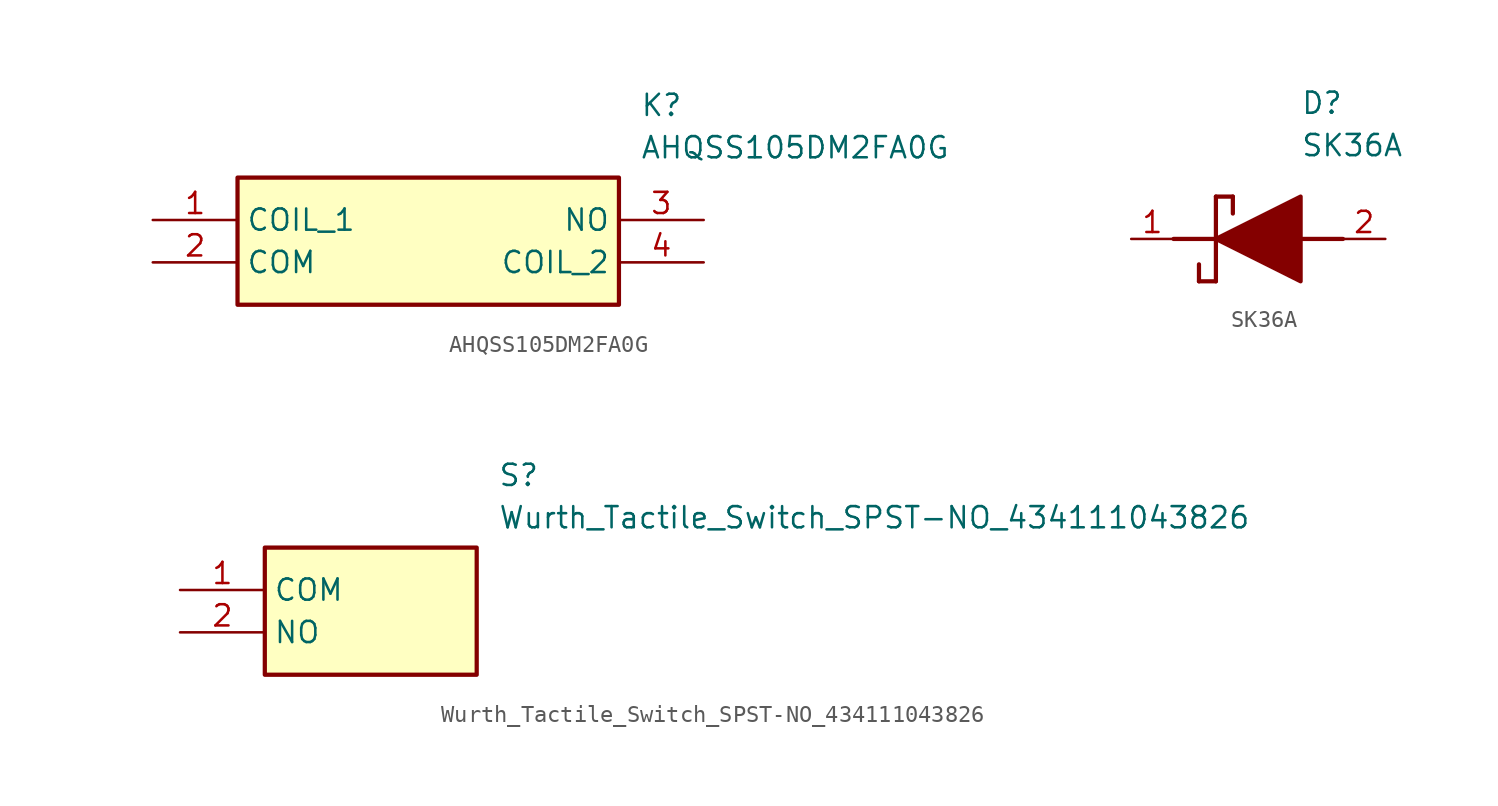
<source format=kicad_sym>
(kicad_symbol_lib
  (version 20241209)
  (generator "kicad_symbol_editor")
  (generator_version "9.0")
  (symbol "AHQSS105DM2FA0G"
    (property "Reference" "K"
      (at 29.21 7.62 0)
      (effects (font (size 1.27 1.27)) (justify left top)))
    (property "Value" "AHQSS105DM2FA0G"
      (at 29.21 5.08 0)
      (effects (font (size 1.27 1.27)) (justify left top)))
    (symbol "AHQSS105DM2FA0G_1_1"
      (rectangle (start 5.08 2.54) (end 27.94 -5.08) (stroke (width 0.254) (type default)) (fill (type background)))
      (pin passive line (at 0 0 0) (length 5.08) (name "COIL_1" (effects (font (size 1.27 1.27)))) (number "1" (effects (font (size 1.27 1.27)))))
      (pin passive line (at 0 -2.54 0) (length 5.08) (name "COM" (effects (font (size 1.27 1.27)))) (number "2" (effects (font (size 1.27 1.27)))))
      (pin passive line (at 33.02 0 180) (length 5.08) (name "NO" (effects (font (size 1.27 1.27)))) (number "3" (effects (font (size 1.27 1.27)))))
      (pin passive line (at 33.02 -2.54 180) (length 5.08) (name "COIL_2" (effects (font (size 1.27 1.27)))) (number "4" (effects (font (size 1.27 1.27)))))))
  (symbol "SK36A"
    (pin_names
      (hide yes))
    (property "Reference" "D"
      (at 12.7 8.89 0)
      (effects (font (size 1.27 1.27)) (justify left top)))
    (property "Value" "SK36A"
      (at 12.7 6.35 0)
      (effects (font (size 1.27 1.27)) (justify left top)))
    (symbol "SK36A_1_1"
      (polyline (pts (xy 5.08 0) (xy 7.62 0)) (stroke (width 0.254) (type default)) (fill (type none)))
      (polyline (pts (xy 6.604 -1.524) (xy 6.604 -2.54)) (stroke (width 0.254) (type default)) (fill (type none)))
      (polyline (pts (xy 7.62 2.54) (xy 7.62 -2.54)) (stroke (width 0.254) (type default)) (fill (type none)))
      (polyline (pts (xy 7.62 2.54) (xy 8.636 2.54)) (stroke (width 0.254) (type default)) (fill (type none)))
      (polyline (pts (xy 7.62 0) (xy 12.7 2.54) (xy 12.7 -2.54) (xy 7.62 0)) (stroke (width 0.254) (type default)) (fill (type outline)))
      (polyline (pts (xy 7.62 -2.54) (xy 6.604 -2.54)) (stroke (width 0.254) (type default)) (fill (type none)))
      (polyline (pts (xy 8.636 1.524) (xy 8.636 2.54)) (stroke (width 0.254) (type default)) (fill (type none)))
      (polyline (pts (xy 12.7 0) (xy 15.24 0)) (stroke (width 0.254) (type default)) (fill (type none)))
      (pin passive line (at 2.54 0 0) (length 2.54) (name "K" (effects (font (size 1.27 1.27)))) (number "1" (effects (font (size 1.27 1.27)))))
      (pin passive line (at 17.78 0 180) (length 2.54) (name "A" (effects (font (size 1.27 1.27)))) (number "2" (effects (font (size 1.27 1.27)))))))
  (symbol "Wurth_Tactile_Switch_SPST-NO_434111043826"
    (property "Reference" "S"
      (at 19.05 7.62 0)
      (effects (font (size 1.27 1.27)) (justify left top)))
    (property "Value" "Wurth_Tactile_Switch_SPST-NO_434111043826"
      (at 19.05 5.08 0)
      (effects (font (size 1.27 1.27)) (justify left top)))
    (symbol "Wurth_Tactile_Switch_SPST-NO_434111043826_1_1"
      (rectangle (start 5.08 2.54) (end 17.78 -5.08) (stroke (width 0.254) (type default)) (fill (type background)))
      (pin passive line (at 0 0 0) (length 5.08) (name "COM" (effects (font (size 1.27 1.27)))) (number "1" (effects (font (size 1.27 1.27)))))
      (pin passive line (at 0 -2.54 0) (length 5.08) (name "NO" (effects (font (size 1.27 1.27)))) (number "2" (effects (font (size 1.27 1.27))))))))
</source>
